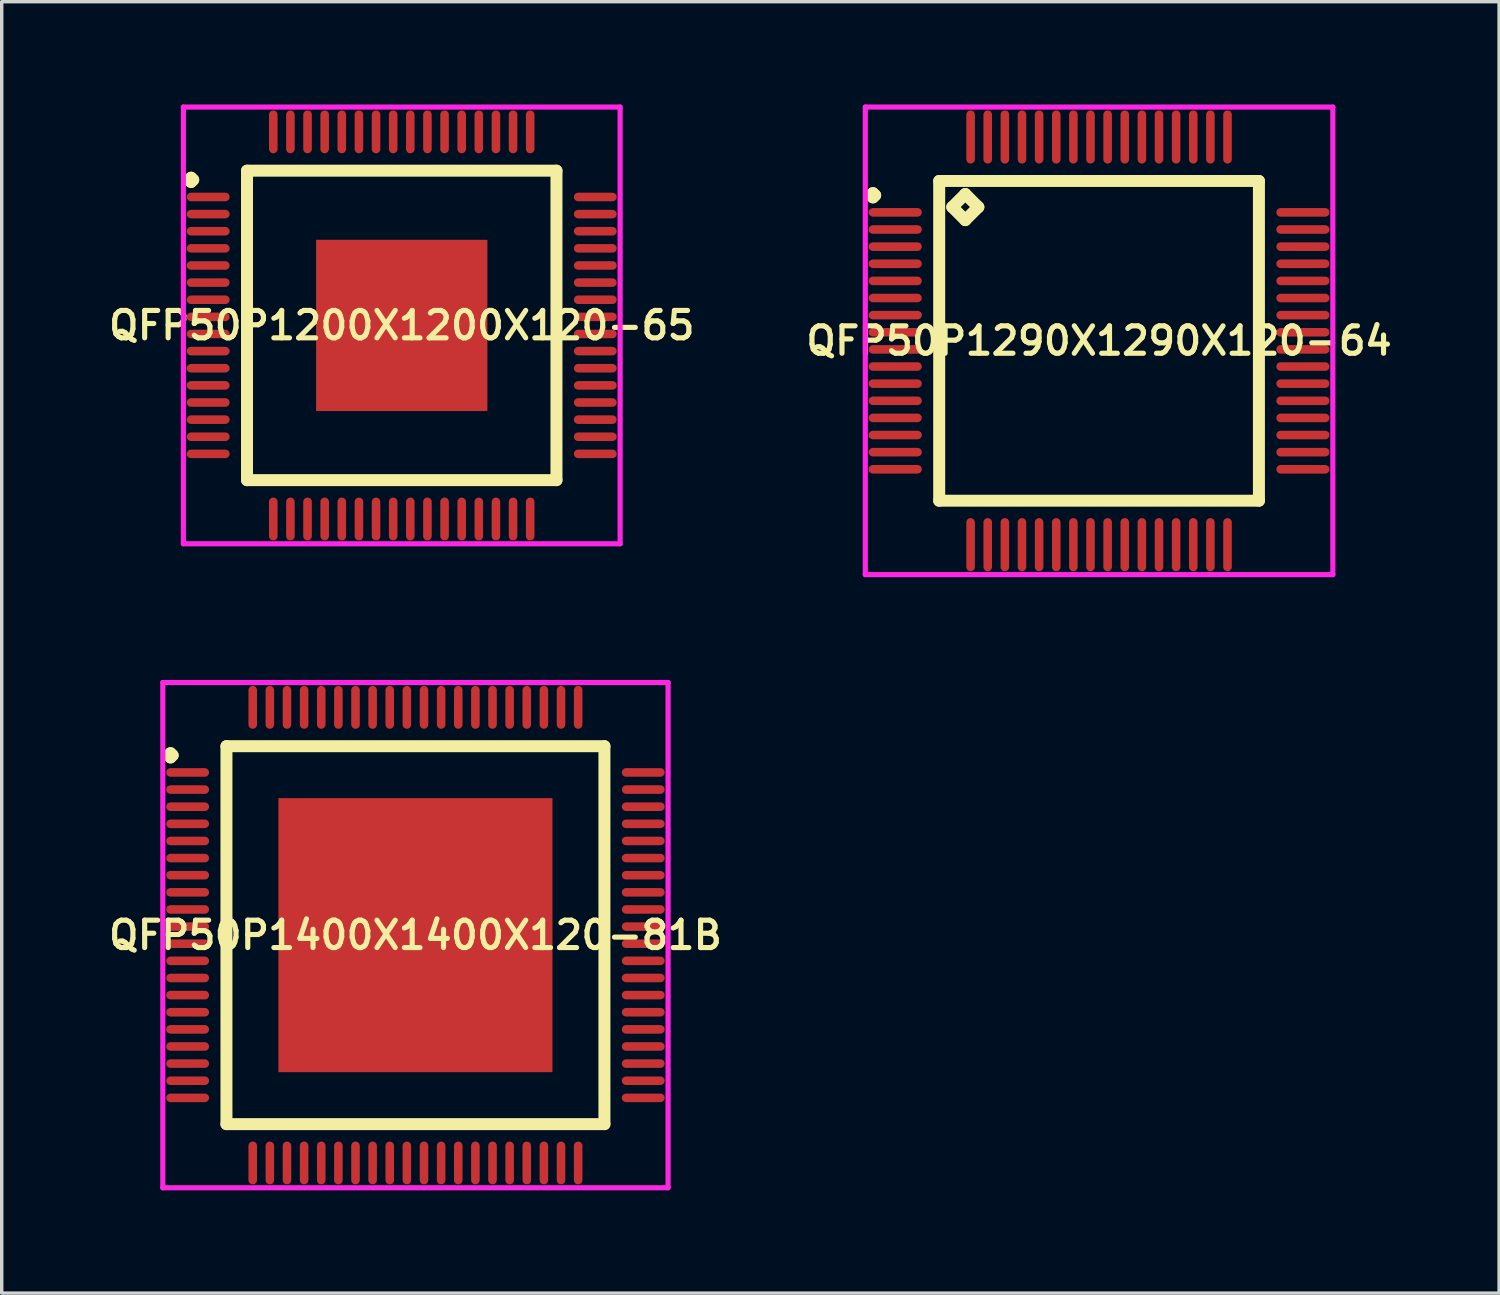
<source format=kicad_pcb>
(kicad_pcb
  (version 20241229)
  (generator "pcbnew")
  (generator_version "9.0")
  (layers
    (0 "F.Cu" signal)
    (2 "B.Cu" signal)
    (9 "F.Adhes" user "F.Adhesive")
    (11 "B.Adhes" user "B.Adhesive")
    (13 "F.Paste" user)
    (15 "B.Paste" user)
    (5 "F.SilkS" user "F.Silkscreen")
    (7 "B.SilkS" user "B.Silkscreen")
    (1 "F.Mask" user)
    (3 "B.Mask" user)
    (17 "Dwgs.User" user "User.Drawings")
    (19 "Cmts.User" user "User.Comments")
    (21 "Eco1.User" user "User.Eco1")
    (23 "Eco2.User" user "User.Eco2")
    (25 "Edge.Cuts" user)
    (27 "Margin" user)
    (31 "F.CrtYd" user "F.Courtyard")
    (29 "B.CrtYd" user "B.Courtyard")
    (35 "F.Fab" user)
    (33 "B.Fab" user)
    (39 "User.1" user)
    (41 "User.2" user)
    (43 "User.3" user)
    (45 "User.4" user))
  (footprint "QFP50P1400X1400X120-81B"
    (layer "F.Cu")
    (at 9.078 24.25)
    (property "Reference" "QFP50P1400X1400X120-81B" (at 0 0 0) (layer "F.SilkS") (effects (font (size 0.8 0.8) (thickness 0.15))))
    (attr smd)
    (fp_line (start -7.213 -5.25) (end -7.15 -5.312) (stroke (width 0.35) (type solid)) (layer "F.SilkS"))
    (fp_line (start -7.15 -5.312) (end -7.088 -5.25) (stroke (width 0.35) (type solid)) (layer "F.SilkS"))
    (fp_line (start -7.15 -5.188) (end -7.213 -5.25) (stroke (width 0.35) (type solid)) (layer "F.SilkS"))
    (fp_line (start -7.088 -5.25) (end -7.15 -5.188) (stroke (width 0.35) (type solid)) (layer "F.SilkS"))
    (fp_line (start -5.517 -5.517) (end -5.517 5.517) (stroke (width 0.35) (type solid)) (layer "F.SilkS"))
    (fp_line (start -5.517 5.517) (end 5.517 5.517) (stroke (width 0.35) (type solid)) (layer "F.SilkS"))
    (fp_line (start 5.517 -5.517) (end -5.517 -5.517) (stroke (width 0.35) (type solid)) (layer "F.SilkS"))
    (fp_line (start 5.517 5.517) (end 5.517 -5.517) (stroke (width 0.35) (type solid)) (layer "F.SilkS"))
    (fp_line (start -7.375 -7.375) (end 7.375 -7.375) (stroke (width 0.15) (type solid)) (layer "F.CrtYd"))
    (fp_line (start -7.375 7.375) (end -7.375 -7.375) (stroke (width 0.15) (type solid)) (layer "F.CrtYd"))
    (fp_line (start 7.375 -7.375) (end 7.375 7.375) (stroke (width 0.15) (type solid)) (layer "F.CrtYd"))
    (fp_line (start 7.375 7.375) (end -7.375 7.375) (stroke (width 0.15) (type solid)) (layer "F.CrtYd"))
    (pad "1" smd oval (at -6.65 -4.75) (size 1.25 0.25) (layers "F.Cu" "F.Mask" "F.Paste"))
    (pad "2" smd oval (at -6.65 -4.25) (size 1.25 0.25) (layers "F.Cu" "F.Mask" "F.Paste"))
    (pad "3" smd oval (at -6.65 -3.75) (size 1.25 0.25) (layers "F.Cu" "F.Mask" "F.Paste"))
    (pad "4" smd oval (at -6.65 -3.25) (size 1.25 0.25) (layers "F.Cu" "F.Mask" "F.Paste"))
    (pad "5" smd oval (at -6.65 -2.75) (size 1.25 0.25) (layers "F.Cu" "F.Mask" "F.Paste"))
    (pad "6" smd oval (at -6.65 -2.25) (size 1.25 0.25) (layers "F.Cu" "F.Mask" "F.Paste"))
    (pad "7" smd oval (at -6.65 -1.75) (size 1.25 0.25) (layers "F.Cu" "F.Mask" "F.Paste"))
    (pad "8" smd oval (at -6.65 -1.25) (size 1.25 0.25) (layers "F.Cu" "F.Mask" "F.Paste"))
    (pad "9" smd oval (at -6.65 -0.75) (size 1.25 0.25) (layers "F.Cu" "F.Mask" "F.Paste"))
    (pad "10" smd oval (at -6.65 -0.25) (size 1.25 0.25) (layers "F.Cu" "F.Mask" "F.Paste"))
    (pad "11" smd oval (at -6.65 0.25) (size 1.25 0.25) (layers "F.Cu" "F.Mask" "F.Paste"))
    (pad "12" smd oval (at -6.65 0.75) (size 1.25 0.25) (layers "F.Cu" "F.Mask" "F.Paste"))
    (pad "13" smd oval (at -6.65 1.25) (size 1.25 0.25) (layers "F.Cu" "F.Mask" "F.Paste"))
    (pad "14" smd oval (at -6.65 1.75) (size 1.25 0.25) (layers "F.Cu" "F.Mask" "F.Paste"))
    (pad "15" smd oval (at -6.65 2.25) (size 1.25 0.25) (layers "F.Cu" "F.Mask" "F.Paste"))
    (pad "16" smd oval (at -6.65 2.75) (size 1.25 0.25) (layers "F.Cu" "F.Mask" "F.Paste"))
    (pad "17" smd oval (at -6.65 3.25) (size 1.25 0.25) (layers "F.Cu" "F.Mask" "F.Paste"))
    (pad "18" smd oval (at -6.65 3.75) (size 1.25 0.25) (layers "F.Cu" "F.Mask" "F.Paste"))
    (pad "19" smd oval (at -6.65 4.25) (size 1.25 0.25) (layers "F.Cu" "F.Mask" "F.Paste"))
    (pad "20" smd oval (at -6.65 4.75) (size 1.25 0.25) (layers "F.Cu" "F.Mask" "F.Paste"))
    (pad "21" smd oval (at -4.75 6.65) (size 0.25 1.25) (layers "F.Cu" "F.Mask" "F.Paste"))
    (pad "22" smd oval (at -4.25 6.65) (size 0.25 1.25) (layers "F.Cu" "F.Mask" "F.Paste"))
    (pad "23" smd oval (at -3.75 6.65) (size 0.25 1.25) (layers "F.Cu" "F.Mask" "F.Paste"))
    (pad "24" smd oval (at -3.25 6.65) (size 0.25 1.25) (layers "F.Cu" "F.Mask" "F.Paste"))
    (pad "25" smd oval (at -2.75 6.65) (size 0.25 1.25) (layers "F.Cu" "F.Mask" "F.Paste"))
    (pad "26" smd oval (at -2.25 6.65) (size 0.25 1.25) (layers "F.Cu" "F.Mask" "F.Paste"))
    (pad "27" smd oval (at -1.75 6.65) (size 0.25 1.25) (layers "F.Cu" "F.Mask" "F.Paste"))
    (pad "28" smd oval (at -1.25 6.65) (size 0.25 1.25) (layers "F.Cu" "F.Mask" "F.Paste"))
    (pad "29" smd oval (at -0.75 6.65) (size 0.25 1.25) (layers "F.Cu" "F.Mask" "F.Paste"))
    (pad "30" smd oval (at -0.25 6.65) (size 0.25 1.25) (layers "F.Cu" "F.Mask" "F.Paste"))
    (pad "31" smd oval (at 0.25 6.65) (size 0.25 1.25) (layers "F.Cu" "F.Mask" "F.Paste"))
    (pad "32" smd oval (at 0.75 6.65) (size 0.25 1.25) (layers "F.Cu" "F.Mask" "F.Paste"))
    (pad "33" smd oval (at 1.25 6.65) (size 0.25 1.25) (layers "F.Cu" "F.Mask" "F.Paste"))
    (pad "34" smd oval (at 1.75 6.65) (size 0.25 1.25) (layers "F.Cu" "F.Mask" "F.Paste"))
    (pad "35" smd oval (at 2.25 6.65) (size 0.25 1.25) (layers "F.Cu" "F.Mask" "F.Paste"))
    (pad "36" smd oval (at 2.75 6.65) (size 0.25 1.25) (layers "F.Cu" "F.Mask" "F.Paste"))
    (pad "37" smd oval (at 3.25 6.65) (size 0.25 1.25) (layers "F.Cu" "F.Mask" "F.Paste"))
    (pad "38" smd oval (at 3.75 6.65) (size 0.25 1.25) (layers "F.Cu" "F.Mask" "F.Paste"))
    (pad "39" smd oval (at 4.25 6.65) (size 0.25 1.25) (layers "F.Cu" "F.Mask" "F.Paste"))
    (pad "40" smd oval (at 4.75 6.65) (size 0.25 1.25) (layers "F.Cu" "F.Mask" "F.Paste"))
    (pad "41" smd oval (at 6.65 4.75) (size 1.25 0.25) (layers "F.Cu" "F.Mask" "F.Paste"))
    (pad "42" smd oval (at 6.65 4.25) (size 1.25 0.25) (layers "F.Cu" "F.Mask" "F.Paste"))
    (pad "43" smd oval (at 6.65 3.75) (size 1.25 0.25) (layers "F.Cu" "F.Mask" "F.Paste"))
    (pad "44" smd oval (at 6.65 3.25) (size 1.25 0.25) (layers "F.Cu" "F.Mask" "F.Paste"))
    (pad "45" smd oval (at 6.65 2.75) (size 1.25 0.25) (layers "F.Cu" "F.Mask" "F.Paste"))
    (pad "46" smd oval (at 6.65 2.25) (size 1.25 0.25) (layers "F.Cu" "F.Mask" "F.Paste"))
    (pad "47" smd oval (at 6.65 1.75) (size 1.25 0.25) (layers "F.Cu" "F.Mask" "F.Paste"))
    (pad "48" smd oval (at 6.65 1.25) (size 1.25 0.25) (layers "F.Cu" "F.Mask" "F.Paste"))
    (pad "49" smd oval (at 6.65 0.75) (size 1.25 0.25) (layers "F.Cu" "F.Mask" "F.Paste"))
    (pad "50" smd oval (at 6.65 0.25) (size 1.25 0.25) (layers "F.Cu" "F.Mask" "F.Paste"))
    (pad "51" smd oval (at 6.65 -0.25) (size 1.25 0.25) (layers "F.Cu" "F.Mask" "F.Paste"))
    (pad "52" smd oval (at 6.65 -0.75) (size 1.25 0.25) (layers "F.Cu" "F.Mask" "F.Paste"))
    (pad "53" smd oval (at 6.65 -1.25) (size 1.25 0.25) (layers "F.Cu" "F.Mask" "F.Paste"))
    (pad "54" smd oval (at 6.65 -1.75) (size 1.25 0.25) (layers "F.Cu" "F.Mask" "F.Paste"))
    (pad "55" smd oval (at 6.65 -2.25) (size 1.25 0.25) (layers "F.Cu" "F.Mask" "F.Paste"))
    (pad "56" smd oval (at 6.65 -2.75) (size 1.25 0.25) (layers "F.Cu" "F.Mask" "F.Paste"))
    (pad "57" smd oval (at 6.65 -3.25) (size 1.25 0.25) (layers "F.Cu" "F.Mask" "F.Paste"))
    (pad "58" smd oval (at 6.65 -3.75) (size 1.25 0.25) (layers "F.Cu" "F.Mask" "F.Paste"))
    (pad "59" smd oval (at 6.65 -4.25) (size 1.25 0.25) (layers "F.Cu" "F.Mask" "F.Paste"))
    (pad "60" smd oval (at 6.65 -4.75) (size 1.25 0.25) (layers "F.Cu" "F.Mask" "F.Paste"))
    (pad "61" smd oval (at 4.75 -6.65) (size 0.25 1.25) (layers "F.Cu" "F.Mask" "F.Paste"))
    (pad "62" smd oval (at 4.25 -6.65) (size 0.25 1.25) (layers "F.Cu" "F.Mask" "F.Paste"))
    (pad "63" smd oval (at 3.75 -6.65) (size 0.25 1.25) (layers "F.Cu" "F.Mask" "F.Paste"))
    (pad "64" smd oval (at 3.25 -6.65) (size 0.25 1.25) (layers "F.Cu" "F.Mask" "F.Paste"))
    (pad "65" smd oval (at 2.75 -6.65) (size 0.25 1.25) (layers "F.Cu" "F.Mask" "F.Paste"))
    (pad "66" smd oval (at 2.25 -6.65) (size 0.25 1.25) (layers "F.Cu" "F.Mask" "F.Paste"))
    (pad "67" smd oval (at 1.75 -6.65) (size 0.25 1.25) (layers "F.Cu" "F.Mask" "F.Paste"))
    (pad "68" smd oval (at 1.25 -6.65) (size 0.25 1.25) (layers "F.Cu" "F.Mask" "F.Paste"))
    (pad "69" smd oval (at 0.75 -6.65) (size 0.25 1.25) (layers "F.Cu" "F.Mask" "F.Paste"))
    (pad "70" smd oval (at 0.25 -6.65) (size 0.25 1.25) (layers "F.Cu" "F.Mask" "F.Paste"))
    (pad "71" smd oval (at -0.25 -6.65) (size 0.25 1.25) (layers "F.Cu" "F.Mask" "F.Paste"))
    (pad "72" smd oval (at -0.75 -6.65) (size 0.25 1.25) (layers "F.Cu" "F.Mask" "F.Paste"))
    (pad "73" smd oval (at -1.25 -6.65) (size 0.25 1.25) (layers "F.Cu" "F.Mask" "F.Paste"))
    (pad "74" smd oval (at -1.75 -6.65) (size 0.25 1.25) (layers "F.Cu" "F.Mask" "F.Paste"))
    (pad "75" smd oval (at -2.25 -6.65) (size 0.25 1.25) (layers "F.Cu" "F.Mask" "F.Paste"))
    (pad "76" smd oval (at -2.75 -6.65) (size 0.25 1.25) (layers "F.Cu" "F.Mask" "F.Paste"))
    (pad "77" smd oval (at -3.25 -6.65) (size 0.25 1.25) (layers "F.Cu" "F.Mask" "F.Paste"))
    (pad "78" smd oval (at -3.75 -6.65) (size 0.25 1.25) (layers "F.Cu" "F.Mask" "F.Paste"))
    (pad "79" smd oval (at -4.25 -6.65) (size 0.25 1.25) (layers "F.Cu" "F.Mask" "F.Paste"))
    (pad "80" smd oval (at -4.75 -6.65) (size 0.25 1.25) (layers "F.Cu" "F.Mask" "F.Paste"))
    (pad "81" smd rect (at 0 0) (size 8 8) (layers "F.Cu" "F.Mask" "F.Paste")))
  (footprint "QFP50P1290X1290X120-64"
    (layer "F.Cu")
    (at 29.035 6.9)
    (property "Reference" "QFP50P1290X1290X120-64" (at 0 0 0) (layer "F.SilkS") (effects (font (size 0.8 0.8) (thickness 0.15))))
    (attr smd)
    (fp_line (start -6.662 -4.25) (end -6.6 -4.312) (stroke (width 0.35) (type solid)) (layer "F.SilkS"))
    (fp_line (start -6.6 -4.312) (end -6.537 -4.25) (stroke (width 0.35) (type solid)) (layer "F.SilkS"))
    (fp_line (start -6.6 -4.188) (end -6.662 -4.25) (stroke (width 0.35) (type solid)) (layer "F.SilkS"))
    (fp_line (start -6.537 -4.25) (end -6.6 -4.188) (stroke (width 0.35) (type solid)) (layer "F.SilkS"))
    (fp_line (start -4.667 -4.667) (end -4.667 4.667) (stroke (width 0.35) (type solid)) (layer "F.SilkS"))
    (fp_line (start -4.667 4.667) (end 4.667 4.667) (stroke (width 0.35) (type solid)) (layer "F.SilkS"))
    (fp_line (start -4.286 -3.905) (end -3.905 -4.286) (stroke (width 0.35) (type solid)) (layer "F.SilkS"))
    (fp_line (start -3.905 -4.286) (end -3.524 -3.905) (stroke (width 0.35) (type solid)) (layer "F.SilkS"))
    (fp_line (start -3.905 -3.524) (end -4.286 -3.905) (stroke (width 0.35) (type solid)) (layer "F.SilkS"))
    (fp_line (start -3.524 -3.905) (end -3.905 -3.524) (stroke (width 0.35) (type solid)) (layer "F.SilkS"))
    (fp_line (start 4.667 -4.667) (end -4.667 -4.667) (stroke (width 0.35) (type solid)) (layer "F.SilkS"))
    (fp_line (start 4.667 4.667) (end 4.667 -4.667) (stroke (width 0.35) (type solid)) (layer "F.SilkS"))
    (fp_line (start -6.825 -6.825) (end 6.825 -6.825) (stroke (width 0.15) (type solid)) (layer "F.CrtYd"))
    (fp_line (start -6.825 6.825) (end -6.825 -6.825) (stroke (width 0.15) (type solid)) (layer "F.CrtYd"))
    (fp_line (start 6.825 -6.825) (end 6.825 6.825) (stroke (width 0.15) (type solid)) (layer "F.CrtYd"))
    (fp_line (start 6.825 6.825) (end -6.825 6.825) (stroke (width 0.15) (type solid)) (layer "F.CrtYd"))
    (pad "1" smd oval (at -5.95 -3.75) (size 1.55 0.25) (layers "F.Cu" "F.Mask" "F.Paste"))
    (pad "2" smd oval (at -5.95 -3.25) (size 1.55 0.25) (layers "F.Cu" "F.Mask" "F.Paste"))
    (pad "3" smd oval (at -5.95 -2.75) (size 1.55 0.25) (layers "F.Cu" "F.Mask" "F.Paste"))
    (pad "4" smd oval (at -5.95 -2.25) (size 1.55 0.25) (layers "F.Cu" "F.Mask" "F.Paste"))
    (pad "5" smd oval (at -5.95 -1.75) (size 1.55 0.25) (layers "F.Cu" "F.Mask" "F.Paste"))
    (pad "6" smd oval (at -5.95 -1.25) (size 1.55 0.25) (layers "F.Cu" "F.Mask" "F.Paste"))
    (pad "7" smd oval (at -5.95 -0.75) (size 1.55 0.25) (layers "F.Cu" "F.Mask" "F.Paste"))
    (pad "8" smd oval (at -5.95 -0.25) (size 1.55 0.25) (layers "F.Cu" "F.Mask" "F.Paste"))
    (pad "9" smd oval (at -5.95 0.25) (size 1.55 0.25) (layers "F.Cu" "F.Mask" "F.Paste"))
    (pad "10" smd oval (at -5.95 0.75) (size 1.55 0.25) (layers "F.Cu" "F.Mask" "F.Paste"))
    (pad "11" smd oval (at -5.95 1.25) (size 1.55 0.25) (layers "F.Cu" "F.Mask" "F.Paste"))
    (pad "12" smd oval (at -5.95 1.75) (size 1.55 0.25) (layers "F.Cu" "F.Mask" "F.Paste"))
    (pad "13" smd oval (at -5.95 2.25) (size 1.55 0.25) (layers "F.Cu" "F.Mask" "F.Paste"))
    (pad "14" smd oval (at -5.95 2.75) (size 1.55 0.25) (layers "F.Cu" "F.Mask" "F.Paste"))
    (pad "15" smd oval (at -5.95 3.25) (size 1.55 0.25) (layers "F.Cu" "F.Mask" "F.Paste"))
    (pad "16" smd oval (at -5.95 3.75) (size 1.55 0.25) (layers "F.Cu" "F.Mask" "F.Paste"))
    (pad "17" smd oval (at -3.75 5.95) (size 0.25 1.55) (layers "F.Cu" "F.Mask" "F.Paste"))
    (pad "18" smd oval (at -3.25 5.95) (size 0.25 1.55) (layers "F.Cu" "F.Mask" "F.Paste"))
    (pad "19" smd oval (at -2.75 5.95) (size 0.25 1.55) (layers "F.Cu" "F.Mask" "F.Paste"))
    (pad "20" smd oval (at -2.25 5.95) (size 0.25 1.55) (layers "F.Cu" "F.Mask" "F.Paste"))
    (pad "21" smd oval (at -1.75 5.95) (size 0.25 1.55) (layers "F.Cu" "F.Mask" "F.Paste"))
    (pad "22" smd oval (at -1.25 5.95) (size 0.25 1.55) (layers "F.Cu" "F.Mask" "F.Paste"))
    (pad "23" smd oval (at -0.75 5.95) (size 0.25 1.55) (layers "F.Cu" "F.Mask" "F.Paste"))
    (pad "24" smd oval (at -0.25 5.95) (size 0.25 1.55) (layers "F.Cu" "F.Mask" "F.Paste"))
    (pad "25" smd oval (at 0.25 5.95) (size 0.25 1.55) (layers "F.Cu" "F.Mask" "F.Paste"))
    (pad "26" smd oval (at 0.75 5.95) (size 0.25 1.55) (layers "F.Cu" "F.Mask" "F.Paste"))
    (pad "27" smd oval (at 1.25 5.95) (size 0.25 1.55) (layers "F.Cu" "F.Mask" "F.Paste"))
    (pad "28" smd oval (at 1.75 5.95) (size 0.25 1.55) (layers "F.Cu" "F.Mask" "F.Paste"))
    (pad "29" smd oval (at 2.25 5.95) (size 0.25 1.55) (layers "F.Cu" "F.Mask" "F.Paste"))
    (pad "30" smd oval (at 2.75 5.95) (size 0.25 1.55) (layers "F.Cu" "F.Mask" "F.Paste"))
    (pad "31" smd oval (at 3.25 5.95) (size 0.25 1.55) (layers "F.Cu" "F.Mask" "F.Paste"))
    (pad "32" smd oval (at 3.75 5.95) (size 0.25 1.55) (layers "F.Cu" "F.Mask" "F.Paste"))
    (pad "33" smd oval (at 5.95 3.75) (size 1.55 0.25) (layers "F.Cu" "F.Mask" "F.Paste"))
    (pad "34" smd oval (at 5.95 3.25) (size 1.55 0.25) (layers "F.Cu" "F.Mask" "F.Paste"))
    (pad "35" smd oval (at 5.95 2.75) (size 1.55 0.25) (layers "F.Cu" "F.Mask" "F.Paste"))
    (pad "36" smd oval (at 5.95 2.25) (size 1.55 0.25) (layers "F.Cu" "F.Mask" "F.Paste"))
    (pad "37" smd oval (at 5.95 1.75) (size 1.55 0.25) (layers "F.Cu" "F.Mask" "F.Paste"))
    (pad "38" smd oval (at 5.95 1.25) (size 1.55 0.25) (layers "F.Cu" "F.Mask" "F.Paste"))
    (pad "39" smd oval (at 5.95 0.75) (size 1.55 0.25) (layers "F.Cu" "F.Mask" "F.Paste"))
    (pad "40" smd oval (at 5.95 0.25) (size 1.55 0.25) (layers "F.Cu" "F.Mask" "F.Paste"))
    (pad "41" smd oval (at 5.95 -0.25) (size 1.55 0.25) (layers "F.Cu" "F.Mask" "F.Paste"))
    (pad "42" smd oval (at 5.95 -0.75) (size 1.55 0.25) (layers "F.Cu" "F.Mask" "F.Paste"))
    (pad "43" smd oval (at 5.95 -1.25) (size 1.55 0.25) (layers "F.Cu" "F.Mask" "F.Paste"))
    (pad "44" smd oval (at 5.95 -1.75) (size 1.55 0.25) (layers "F.Cu" "F.Mask" "F.Paste"))
    (pad "45" smd oval (at 5.95 -2.25) (size 1.55 0.25) (layers "F.Cu" "F.Mask" "F.Paste"))
    (pad "46" smd oval (at 5.95 -2.75) (size 1.55 0.25) (layers "F.Cu" "F.Mask" "F.Paste"))
    (pad "47" smd oval (at 5.95 -3.25) (size 1.55 0.25) (layers "F.Cu" "F.Mask" "F.Paste"))
    (pad "48" smd oval (at 5.95 -3.75) (size 1.55 0.25) (layers "F.Cu" "F.Mask" "F.Paste"))
    (pad "49" smd oval (at 3.75 -5.95) (size 0.25 1.55) (layers "F.Cu" "F.Mask" "F.Paste"))
    (pad "50" smd oval (at 3.25 -5.95) (size 0.25 1.55) (layers "F.Cu" "F.Mask" "F.Paste"))
    (pad "51" smd oval (at 2.75 -5.95) (size 0.25 1.55) (layers "F.Cu" "F.Mask" "F.Paste"))
    (pad "52" smd oval (at 2.25 -5.95) (size 0.25 1.55) (layers "F.Cu" "F.Mask" "F.Paste"))
    (pad "53" smd oval (at 1.75 -5.95) (size 0.25 1.55) (layers "F.Cu" "F.Mask" "F.Paste"))
    (pad "54" smd oval (at 1.25 -5.95) (size 0.25 1.55) (layers "F.Cu" "F.Mask" "F.Paste"))
    (pad "55" smd oval (at 0.75 -5.95) (size 0.25 1.55) (layers "F.Cu" "F.Mask" "F.Paste"))
    (pad "56" smd oval (at 0.25 -5.95) (size 0.25 1.55) (layers "F.Cu" "F.Mask" "F.Paste"))
    (pad "57" smd oval (at -0.25 -5.95) (size 0.25 1.55) (layers "F.Cu" "F.Mask" "F.Paste"))
    (pad "58" smd oval (at -0.75 -5.95) (size 0.25 1.55) (layers "F.Cu" "F.Mask" "F.Paste"))
    (pad "59" smd oval (at -1.25 -5.95) (size 0.25 1.55) (layers "F.Cu" "F.Mask" "F.Paste"))
    (pad "60" smd oval (at -1.75 -5.95) (size 0.25 1.55) (layers "F.Cu" "F.Mask" "F.Paste"))
    (pad "61" smd oval (at -2.25 -5.95) (size 0.25 1.55) (layers "F.Cu" "F.Mask" "F.Paste"))
    (pad "62" smd oval (at -2.75 -5.95) (size 0.25 1.55) (layers "F.Cu" "F.Mask" "F.Paste"))
    (pad "63" smd oval (at -3.25 -5.95) (size 0.25 1.55) (layers "F.Cu" "F.Mask" "F.Paste"))
    (pad "64" smd oval (at -3.75 -5.95) (size 0.25 1.55) (layers "F.Cu" "F.Mask" "F.Paste")))
  (footprint "QFP50P1200X1200X120-65"
    (layer "F.Cu")
    (at 8.678 6.45)
    (property "Reference" "QFP50P1200X1200X120-65" (at 0 0 0) (layer "F.SilkS") (effects (font (size 0.8 0.8) (thickness 0.15))))
    (attr smd)
    (fp_line (start -6.213 -4.25) (end -6.15 -4.312) (stroke (width 0.35) (type solid)) (layer "F.SilkS"))
    (fp_line (start -6.15 -4.312) (end -6.088 -4.25) (stroke (width 0.35) (type solid)) (layer "F.SilkS"))
    (fp_line (start -6.15 -4.188) (end -6.213 -4.25) (stroke (width 0.35) (type solid)) (layer "F.SilkS"))
    (fp_line (start -6.088 -4.25) (end -6.15 -4.188) (stroke (width 0.35) (type solid)) (layer "F.SilkS"))
    (fp_line (start -4.517 -4.517) (end -4.517 4.517) (stroke (width 0.35) (type solid)) (layer "F.SilkS"))
    (fp_line (start -4.517 4.517) (end 4.517 4.517) (stroke (width 0.35) (type solid)) (layer "F.SilkS"))
    (fp_line (start 4.517 -4.517) (end -4.517 -4.517) (stroke (width 0.35) (type solid)) (layer "F.SilkS"))
    (fp_line (start 4.517 4.517) (end 4.517 -4.517) (stroke (width 0.35) (type solid)) (layer "F.SilkS"))
    (fp_line (start -6.375 -6.375) (end 6.375 -6.375) (stroke (width 0.15) (type solid)) (layer "F.CrtYd"))
    (fp_line (start -6.375 6.375) (end -6.375 -6.375) (stroke (width 0.15) (type solid)) (layer "F.CrtYd"))
    (fp_line (start 6.375 -6.375) (end 6.375 6.375) (stroke (width 0.15) (type solid)) (layer "F.CrtYd"))
    (fp_line (start 6.375 6.375) (end -6.375 6.375) (stroke (width 0.15) (type solid)) (layer "F.CrtYd"))
    (pad "1" smd oval (at -5.65 -3.75) (size 1.25 0.25) (layers "F.Cu" "F.Mask" "F.Paste"))
    (pad "2" smd oval (at -5.65 -3.25) (size 1.25 0.25) (layers "F.Cu" "F.Mask" "F.Paste"))
    (pad "3" smd oval (at -5.65 -2.75) (size 1.25 0.25) (layers "F.Cu" "F.Mask" "F.Paste"))
    (pad "4" smd oval (at -5.65 -2.25) (size 1.25 0.25) (layers "F.Cu" "F.Mask" "F.Paste"))
    (pad "5" smd oval (at -5.65 -1.75) (size 1.25 0.25) (layers "F.Cu" "F.Mask" "F.Paste"))
    (pad "6" smd oval (at -5.65 -1.25) (size 1.25 0.25) (layers "F.Cu" "F.Mask" "F.Paste"))
    (pad "7" smd oval (at -5.65 -0.75) (size 1.25 0.25) (layers "F.Cu" "F.Mask" "F.Paste"))
    (pad "8" smd oval (at -5.65 -0.25) (size 1.25 0.25) (layers "F.Cu" "F.Mask" "F.Paste"))
    (pad "9" smd oval (at -5.65 0.25) (size 1.25 0.25) (layers "F.Cu" "F.Mask" "F.Paste"))
    (pad "10" smd oval (at -5.65 0.75) (size 1.25 0.25) (layers "F.Cu" "F.Mask" "F.Paste"))
    (pad "11" smd oval (at -5.65 1.25) (size 1.25 0.25) (layers "F.Cu" "F.Mask" "F.Paste"))
    (pad "12" smd oval (at -5.65 1.75) (size 1.25 0.25) (layers "F.Cu" "F.Mask" "F.Paste"))
    (pad "13" smd oval (at -5.65 2.25) (size 1.25 0.25) (layers "F.Cu" "F.Mask" "F.Paste"))
    (pad "14" smd oval (at -5.65 2.75) (size 1.25 0.25) (layers "F.Cu" "F.Mask" "F.Paste"))
    (pad "15" smd oval (at -5.65 3.25) (size 1.25 0.25) (layers "F.Cu" "F.Mask" "F.Paste"))
    (pad "16" smd oval (at -5.65 3.75) (size 1.25 0.25) (layers "F.Cu" "F.Mask" "F.Paste"))
    (pad "17" smd oval (at -3.75 5.65) (size 0.25 1.25) (layers "F.Cu" "F.Mask" "F.Paste"))
    (pad "18" smd oval (at -3.25 5.65) (size 0.25 1.25) (layers "F.Cu" "F.Mask" "F.Paste"))
    (pad "19" smd oval (at -2.75 5.65) (size 0.25 1.25) (layers "F.Cu" "F.Mask" "F.Paste"))
    (pad "20" smd oval (at -2.25 5.65) (size 0.25 1.25) (layers "F.Cu" "F.Mask" "F.Paste"))
    (pad "21" smd oval (at -1.75 5.65) (size 0.25 1.25) (layers "F.Cu" "F.Mask" "F.Paste"))
    (pad "22" smd oval (at -1.25 5.65) (size 0.25 1.25) (layers "F.Cu" "F.Mask" "F.Paste"))
    (pad "23" smd oval (at -0.75 5.65) (size 0.25 1.25) (layers "F.Cu" "F.Mask" "F.Paste"))
    (pad "24" smd oval (at -0.25 5.65) (size 0.25 1.25) (layers "F.Cu" "F.Mask" "F.Paste"))
    (pad "25" smd oval (at 0.25 5.65) (size 0.25 1.25) (layers "F.Cu" "F.Mask" "F.Paste"))
    (pad "26" smd oval (at 0.75 5.65) (size 0.25 1.25) (layers "F.Cu" "F.Mask" "F.Paste"))
    (pad "27" smd oval (at 1.25 5.65) (size 0.25 1.25) (layers "F.Cu" "F.Mask" "F.Paste"))
    (pad "28" smd oval (at 1.75 5.65) (size 0.25 1.25) (layers "F.Cu" "F.Mask" "F.Paste"))
    (pad "29" smd oval (at 2.25 5.65) (size 0.25 1.25) (layers "F.Cu" "F.Mask" "F.Paste"))
    (pad "30" smd oval (at 2.75 5.65) (size 0.25 1.25) (layers "F.Cu" "F.Mask" "F.Paste"))
    (pad "31" smd oval (at 3.25 5.65) (size 0.25 1.25) (layers "F.Cu" "F.Mask" "F.Paste"))
    (pad "32" smd oval (at 3.75 5.65) (size 0.25 1.25) (layers "F.Cu" "F.Mask" "F.Paste"))
    (pad "33" smd oval (at 5.65 3.75) (size 1.25 0.25) (layers "F.Cu" "F.Mask" "F.Paste"))
    (pad "34" smd oval (at 5.65 3.25) (size 1.25 0.25) (layers "F.Cu" "F.Mask" "F.Paste"))
    (pad "35" smd oval (at 5.65 2.75) (size 1.25 0.25) (layers "F.Cu" "F.Mask" "F.Paste"))
    (pad "36" smd oval (at 5.65 2.25) (size 1.25 0.25) (layers "F.Cu" "F.Mask" "F.Paste"))
    (pad "37" smd oval (at 5.65 1.75) (size 1.25 0.25) (layers "F.Cu" "F.Mask" "F.Paste"))
    (pad "38" smd oval (at 5.65 1.25) (size 1.25 0.25) (layers "F.Cu" "F.Mask" "F.Paste"))
    (pad "39" smd oval (at 5.65 0.75) (size 1.25 0.25) (layers "F.Cu" "F.Mask" "F.Paste"))
    (pad "40" smd oval (at 5.65 0.25) (size 1.25 0.25) (layers "F.Cu" "F.Mask" "F.Paste"))
    (pad "41" smd oval (at 5.65 -0.25) (size 1.25 0.25) (layers "F.Cu" "F.Mask" "F.Paste"))
    (pad "42" smd oval (at 5.65 -0.75) (size 1.25 0.25) (layers "F.Cu" "F.Mask" "F.Paste"))
    (pad "43" smd oval (at 5.65 -1.25) (size 1.25 0.25) (layers "F.Cu" "F.Mask" "F.Paste"))
    (pad "44" smd oval (at 5.65 -1.75) (size 1.25 0.25) (layers "F.Cu" "F.Mask" "F.Paste"))
    (pad "45" smd oval (at 5.65 -2.25) (size 1.25 0.25) (layers "F.Cu" "F.Mask" "F.Paste"))
    (pad "46" smd oval (at 5.65 -2.75) (size 1.25 0.25) (layers "F.Cu" "F.Mask" "F.Paste"))
    (pad "47" smd oval (at 5.65 -3.25) (size 1.25 0.25) (layers "F.Cu" "F.Mask" "F.Paste"))
    (pad "48" smd oval (at 5.65 -3.75) (size 1.25 0.25) (layers "F.Cu" "F.Mask" "F.Paste"))
    (pad "49" smd oval (at 3.75 -5.65) (size 0.25 1.25) (layers "F.Cu" "F.Mask" "F.Paste"))
    (pad "50" smd oval (at 3.25 -5.65) (size 0.25 1.25) (layers "F.Cu" "F.Mask" "F.Paste"))
    (pad "51" smd oval (at 2.75 -5.65) (size 0.25 1.25) (layers "F.Cu" "F.Mask" "F.Paste"))
    (pad "52" smd oval (at 2.25 -5.65) (size 0.25 1.25) (layers "F.Cu" "F.Mask" "F.Paste"))
    (pad "53" smd oval (at 1.75 -5.65) (size 0.25 1.25) (layers "F.Cu" "F.Mask" "F.Paste"))
    (pad "54" smd oval (at 1.25 -5.65) (size 0.25 1.25) (layers "F.Cu" "F.Mask" "F.Paste"))
    (pad "55" smd oval (at 0.75 -5.65) (size 0.25 1.25) (layers "F.Cu" "F.Mask" "F.Paste"))
    (pad "56" smd oval (at 0.25 -5.65) (size 0.25 1.25) (layers "F.Cu" "F.Mask" "F.Paste"))
    (pad "57" smd oval (at -0.25 -5.65) (size 0.25 1.25) (layers "F.Cu" "F.Mask" "F.Paste"))
    (pad "58" smd oval (at -0.75 -5.65) (size 0.25 1.25) (layers "F.Cu" "F.Mask" "F.Paste"))
    (pad "59" smd oval (at -1.25 -5.65) (size 0.25 1.25) (layers "F.Cu" "F.Mask" "F.Paste"))
    (pad "60" smd oval (at -1.75 -5.65) (size 0.25 1.25) (layers "F.Cu" "F.Mask" "F.Paste"))
    (pad "61" smd oval (at -2.25 -5.65) (size 0.25 1.25) (layers "F.Cu" "F.Mask" "F.Paste"))
    (pad "62" smd oval (at -2.75 -5.65) (size 0.25 1.25) (layers "F.Cu" "F.Mask" "F.Paste"))
    (pad "63" smd oval (at -3.25 -5.65) (size 0.25 1.25) (layers "F.Cu" "F.Mask" "F.Paste"))
    (pad "64" smd oval (at -3.75 -5.65) (size 0.25 1.25) (layers "F.Cu" "F.Mask" "F.Paste"))
    (pad "65" smd rect (at 0 0) (size 5 5) (layers "F.Cu" "F.Mask" "F.Paste")))
  (gr_rect
    (start -3 -3)
    (end 40.713 34.7)
    (stroke (width 0.1) (type default))
    (fill no)
    (layer "Edge.Cuts")))
</source>
